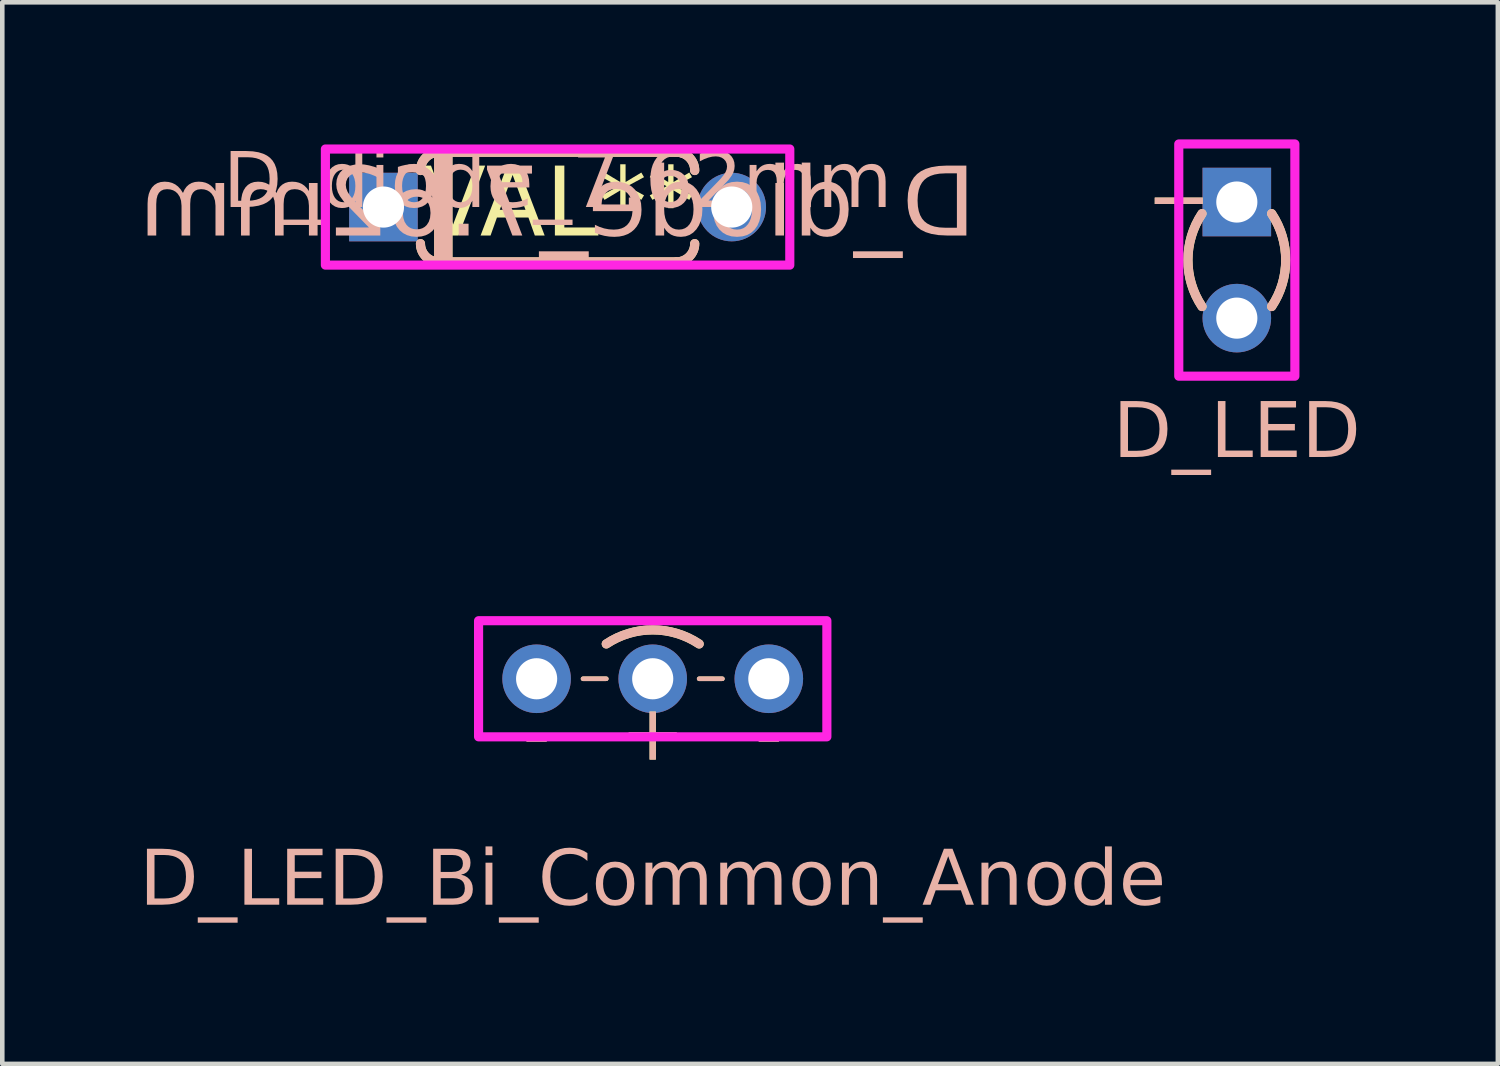
<source format=kicad_pcb>
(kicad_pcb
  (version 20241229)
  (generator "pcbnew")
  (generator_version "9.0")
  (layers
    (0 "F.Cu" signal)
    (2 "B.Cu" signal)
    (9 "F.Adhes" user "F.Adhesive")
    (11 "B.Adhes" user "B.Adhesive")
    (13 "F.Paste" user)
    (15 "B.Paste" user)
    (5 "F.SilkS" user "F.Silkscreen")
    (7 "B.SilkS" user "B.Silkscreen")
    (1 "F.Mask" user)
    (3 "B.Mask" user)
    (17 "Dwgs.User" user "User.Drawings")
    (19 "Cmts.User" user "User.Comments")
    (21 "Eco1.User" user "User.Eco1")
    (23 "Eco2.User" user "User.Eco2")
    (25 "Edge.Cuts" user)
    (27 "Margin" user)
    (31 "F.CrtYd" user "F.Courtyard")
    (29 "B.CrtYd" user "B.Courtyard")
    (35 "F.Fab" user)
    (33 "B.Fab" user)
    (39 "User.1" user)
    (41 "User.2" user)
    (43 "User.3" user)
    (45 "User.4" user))
  (footprint "D_LED"
    (layer "F.Cu")
    (at 24.009 2.64)
    (property "Reference" "D_LED" (at 0 3.81 0) (unlocked yes) (layer "B.SilkS") (effects (font (face "Milk Run") (size 1.2 1.2) (thickness 0.1))))
    (attr through_hole)
    (fp_arc (start -0.762 1.016) (mid -1.06962 0) (end -0.762 -1.016) (stroke (width 0.2) (type default)) (layer "F.SilkS"))
    (fp_arc (start 0.762 -1.016) (mid 1.06962 0) (end 0.762 1.016) (stroke (width 0.2) (type default)) (layer "F.SilkS"))
    (fp_arc (start -0.762 1.016) (mid -1.06962 0) (end -0.762 -1.016) (stroke (width 0.2) (type default)) (layer "B.SilkS"))
    (fp_arc (start 0.762 -1.016) (mid 1.06962 0) (end 0.762 1.016) (stroke (width 0.2) (type default)) (layer "B.SilkS"))
    (fp_rect (start -1.27 -2.54) (end 1.27 2.54) (stroke (width 0.2) (type default)) (fill no) (layer "F.CrtYd"))
    (fp_text user "+" (at -1.27 -1.27 0) (unlocked yes) (layer "F.SilkS") (effects (font (face "Milk Run") (size 1.2 1.2) (thickness 0.1))))
    (fp_text user "+" (at -1.27 -1.27 0) (unlocked yes) (layer "B.SilkS") (effects (font (face "Milk Run") (size 1.2 1.2) (thickness 0.1)) (justify mirror)))
    (pad "1" thru_hole circle (at 0 1.27 270) (size 1.5 1.5) (drill 0.9) (layers "*.Cu" "*.Mask"))
    (pad "2" thru_hole rect (at 0 -1.27 270) (size 1.5 1.5) (drill 0.9) (layers "*.Cu" "*.Mask")))
  (footprint "D_LED_Bi_Common_Anode"
    (layer "F.Cu")
    (at 11.23 11.8)
    (property "Reference" "D_LED_Bi_Common_Anode" (at 0 4.445 0) (unlocked yes) (layer "B.SilkS") (effects (font (face "Milk Run") (size 1.2 1.2) (thickness 0.1))))
    (attr through_hole)
    (fp_line (start -1.016 0) (end -1.524 0) (stroke (width 0.1) (type default)) (layer "F.SilkS"))
    (fp_line (start 1.016 0) (end 1.524 0) (stroke (width 0.1) (type default)) (layer "F.SilkS"))
    (fp_arc (start -1.016 -0.762) (mid 0 -1.06962) (end 1.016 -0.762) (stroke (width 0.2) (type default)) (layer "F.SilkS"))
    (fp_line (start -1.524 0) (end -1.016 0) (stroke (width 0.1) (type default)) (layer "B.SilkS"))
    (fp_line (start 1.524 0) (end 1.016 0) (stroke (width 0.1) (type default)) (layer "B.SilkS"))
    (fp_arc (start -1.016 -0.762) (mid 0 -1.06962) (end 1.016 -0.762) (stroke (width 0.2) (type default)) (layer "B.SilkS"))
    (fp_rect (start -3.81 -1.27) (end 3.81 1.27) (stroke (width 0.2) (type default)) (fill no) (layer "F.CrtYd"))
    (fp_text user "-" (at -2.54 1.27 0) (unlocked yes) (layer "F.SilkS") (effects (font (face "Milk Run") (size 1.2 1.2) (thickness 0.1))))
    (fp_text user "+" (at 0 1.27 0) (unlocked yes) (layer "F.SilkS") (effects (font (face "Milk Run") (size 1.2 1.2) (thickness 0.1))))
    (fp_text user "-" (at 2.54 1.27 0) (unlocked yes) (layer "F.SilkS") (effects (font (face "Milk Run") (size 1.2 1.2) (thickness 0.1))))
    (fp_text user "+" (at 0 1.27 0) (unlocked yes) (layer "B.SilkS") (effects (font (face "Milk Run") (size 1.2 1.2) (thickness 0.1)) (justify mirror)))
    (fp_text user "-" (at 2.54 1.27 0) (unlocked yes) (layer "B.SilkS") (effects (font (face "Milk Run") (size 1.2 1.2) (thickness 0.1)) (justify mirror)))
    (fp_text user "-" (at -2.54 1.27 0) (unlocked yes) (layer "B.SilkS") (effects (font (face "Milk Run") (size 1.2 1.2) (thickness 0.1)) (justify mirror)))
    (pad "1" thru_hole circle (at -2.54 0) (size 1.5 1.5) (drill 0.9) (layers "*.Cu" "*.Mask"))
    (pad "2" thru_hole circle (at 0 0) (size 1.5 1.5) (drill 0.9) (layers "*.Cu" "*.Mask"))
    (pad "3" thru_hole circle (at 2.54 0) (size 1.5 1.5) (drill 0.9) (layers "*.Cu" "*.Mask")))
  (footprint "D_diode_7.62mm"
    (layer "F.Cu")
    (at 9.149 1.48)
    (property "Reference" "D_diode_7.62mm" (at 0 -0.5 0) (unlocked yes) (layer "B.SilkS") (effects (font (face "Milk Run") (size 1.2 1.2) (thickness 0.1))))
    (property "Value" "VAL**" (at 0 1 0) (unlocked yes) (layer "F.SilkS") (hide yes) (effects (font (face "Milk Run") (size 1.2 1.2) (thickness 0.1))))
    (attr through_hole)
    (fp_line (start -2.6 1.2) (end 2.6 1.2) (stroke (width 0.2) (type default)) (layer "F.SilkS"))
    (fp_line (start 2.6 -1.2) (end -2.6 -1.2) (stroke (width 0.2) (type default)) (layer "F.SilkS"))
    (fp_rect (start -2.6 -1.2) (end -2.5 1.2) (stroke (width 0.2) (type default)) (fill no) (layer "F.SilkS"))
    (fp_rect (start -2.5 -1.2) (end -2.4 1.2) (stroke (width 0.2) (type default)) (fill no) (layer "F.SilkS"))
    (fp_arc (start -3 -0.8) (mid -2.882843 -1.082843) (end -2.6 -1.2) (stroke (width 0.2) (type default)) (layer "F.SilkS"))
    (fp_arc (start -2.6 1.2) (mid -2.882843 1.082843) (end -3 0.8) (stroke (width 0.2) (type default)) (layer "F.SilkS"))
    (fp_arc (start 2.6 -1.2) (mid 2.882843 -1.082843) (end 3 -0.8) (stroke (width 0.2) (type default)) (layer "F.SilkS"))
    (fp_arc (start 3 0.8) (mid 2.882843 1.082843) (end 2.6 1.2) (stroke (width 0.2) (type default)) (layer "F.SilkS"))
    (fp_line (start -2.6 1.2) (end 2.6 1.2) (stroke (width 0.2) (type default)) (layer "B.SilkS"))
    (fp_line (start 2.6 -1.2) (end -2.6 -1.2) (stroke (width 0.2) (type default)) (layer "B.SilkS"))
    (fp_rect (start -2.6 -1.2) (end -2.5 1.2) (stroke (width 0.2) (type default)) (fill no) (layer "B.SilkS"))
    (fp_rect (start -2.5 -1.2) (end -2.4 1.2) (stroke (width 0.2) (type default)) (fill no) (layer "B.SilkS"))
    (fp_arc (start -3 -0.8) (mid -2.882843 -1.082843) (end -2.6 -1.2) (stroke (width 0.2) (type default)) (layer "B.SilkS"))
    (fp_arc (start -2.6 1.2) (mid -2.882843 1.082843) (end -3 0.8) (stroke (width 0.2) (type default)) (layer "B.SilkS"))
    (fp_arc (start 2.6 -1.2) (mid 2.882843 -1.082843) (end 3 -0.8) (stroke (width 0.2) (type default)) (layer "B.SilkS"))
    (fp_arc (start 3 0.8) (mid 2.882843 1.082843) (end 2.6 1.2) (stroke (width 0.2) (type default)) (layer "B.SilkS"))
    (fp_rect (start -5.08 -1.27) (end 5.08 1.27) (stroke (width 0.2) (type default)) (fill no) (layer "F.CrtYd"))
    (fp_text user "${VALUE}" (at 0 0 0) (layer "F.SilkS") (effects (font (face "Milk Run") (size 1.5 1.5) (thickness 0.1))))
    (fp_text user "${REFERENCE}" (at 0 0 0) (layer "B.SilkS") (effects (font (face "Milk Run") (size 1.5 1.5) (thickness 0.1)) (justify mirror)))
    (pad "1" thru_hole rect (at -3.81 0) (size 1.5 1.5) (drill 0.9) (layers "*.Cu" "*.Mask"))
    (pad "2" thru_hole circle (at 3.81 0) (size 1.5 1.5) (drill 0.9) (layers "*.Cu" "*.Mask")))
  (gr_rect
    (start -3 -3)
    (end 29.72 20.225)
    (stroke (width 0.1) (type default))
    (fill no)
    (layer "Edge.Cuts")))
</source>
